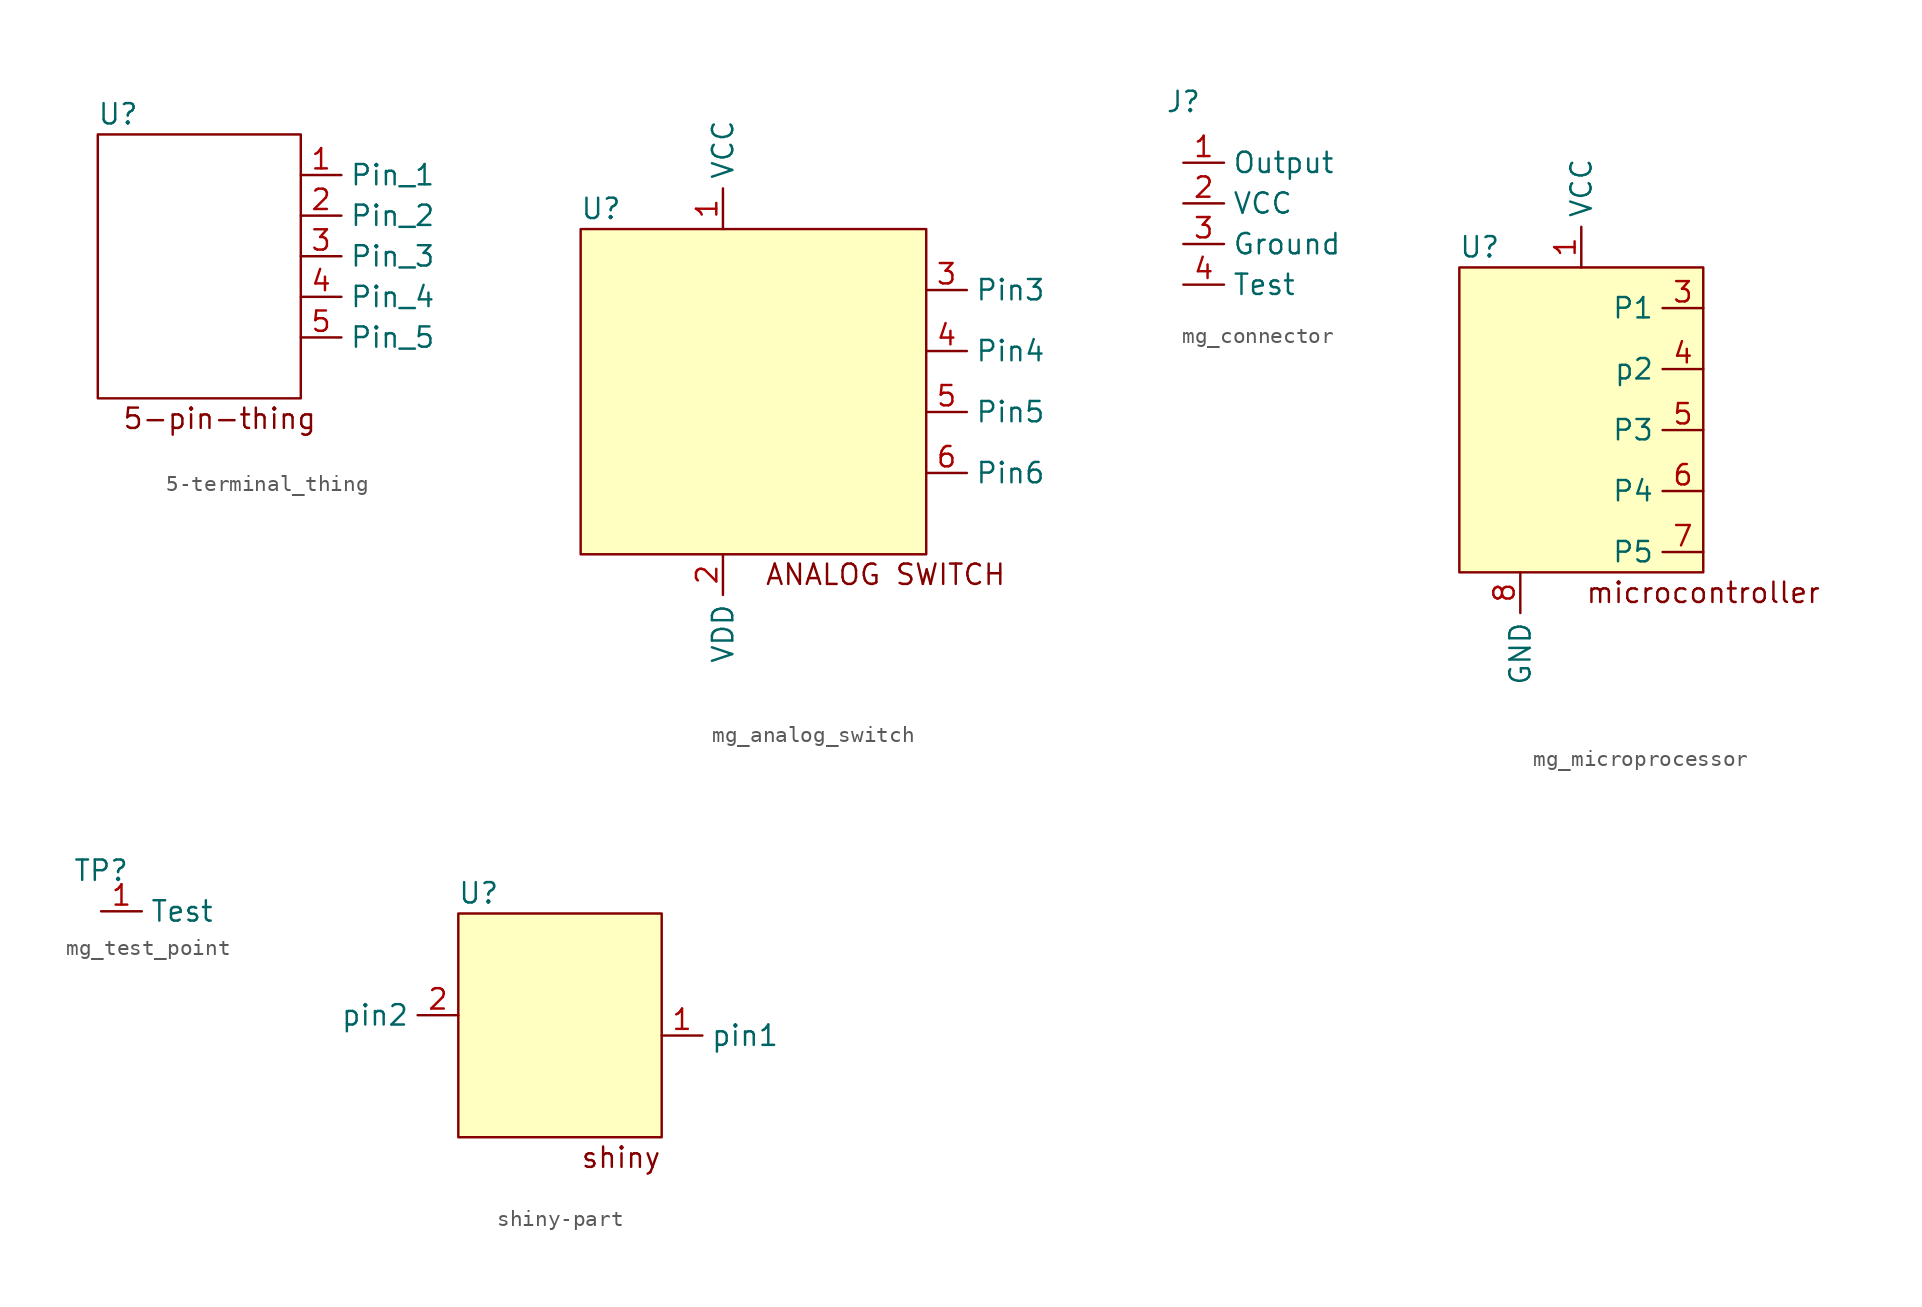
<source format=kicad_sym>
(kicad_symbol_lib
  (version 20220914)
  (generator kicad_symbol_editor)
  (symbol "5-terminal_thing"
    (property "Reference" "U"
      (at -11.43 2.54 0)
      (effects (font (size 1.27 1.27))))
    (property "Value" ""
      (at 0 0 0)
      (effects (font (size 1.27 1.27))))
    (symbol "5-terminal_thing_0_1"
      (rectangle (start 0 -15.24) (end -12.7 1.27) (stroke (width 0) (type default)) (fill (type none))))
    (symbol "5-terminal_thing_1_1"
      (text "5-pin-thing" (at -5.08 -16.51 0) (effects (font (size 1.27 1.27))))
      (pin unspecified line (at 0 -1.27 0) (length 2.54) (name "Pin_1" (effects (font (size 1.27 1.27)))) (number "1" (effects (font (size 1.27 1.27)))))
      (pin unspecified line (at 0 -3.81 0) (length 2.54) (name "Pin_2" (effects (font (size 1.27 1.27)))) (number "2" (effects (font (size 1.27 1.27)))))
      (pin unspecified line (at 0 -6.35 0) (length 2.54) (name "Pin_3" (effects (font (size 1.27 1.27)))) (number "3" (effects (font (size 1.27 1.27)))))
      (pin unspecified line (at 0 -8.89 0) (length 2.54) (name "Pin_4" (effects (font (size 1.27 1.27)))) (number "4" (effects (font (size 1.27 1.27)))))
      (pin unspecified line (at 0 -11.43 0) (length 2.54) (name "Pin_5" (effects (font (size 1.27 1.27)))) (number "5" (effects (font (size 1.27 1.27)))))))
  (symbol "mg_analog_switch"
    (property "Reference" "U"
      (at -10.16 11.43 0)
      (do_not_autoplace)
      (effects (font (size 1.27 1.27))))
    (property "Value" ""
      (at 0 1.27 0)
      (effects (font (size 1.27 1.27))))
    (symbol "mg_analog_switch_1_1"
      (rectangle (start -11.43 10.16) (end 10.16 -10.16) (stroke (width 0) (type default)) (fill (type background)))
      (text "ANALOG SWITCH" (at 7.62 -11.43 0) (effects (font (size 1.27 1.27))))
      (pin power_in line (at -2.54 10.16 90) (length 2.54) (name "VCC" (effects (font (size 1.27 1.27)))) (number "1" (effects (font (size 1.27 1.27)))))
      (pin power_in line (at -2.54 -10.16 270) (length 2.54) (name "VDD" (effects (font (size 1.27 1.27)))) (number "2" (effects (font (size 1.27 1.27)))))
      (pin unspecified line (at 10.16 6.35 0) (length 2.54) (name "Pin3" (effects (font (size 1.27 1.27)))) (number "3" (effects (font (size 1.27 1.27)))))
      (pin unspecified line (at 10.16 2.54 0) (length 2.54) (name "Pin4" (effects (font (size 1.27 1.27)))) (number "4" (effects (font (size 1.27 1.27)))))
      (pin unspecified line (at 10.16 -1.27 0) (length 2.54) (name "Pin5" (effects (font (size 1.27 1.27)))) (number "5" (effects (font (size 1.27 1.27)))))
      (pin unspecified line (at 10.16 -5.08 0) (length 2.54) (name "Pin6" (effects (font (size 1.27 1.27)))) (number "6" (effects (font (size 1.27 1.27)))))))
  (symbol "mg_connector"
    (property "Reference" "J"
      (at 0 0 0)
      (effects (font (size 1.27 1.27))))
    (property "Value" ""
      (at 0 0 0)
      (effects (font (size 1.27 1.27))))
    (symbol "mg_connector_1_1"
      (pin output line (at 0 -3.81 0) (length 2.54) (name "Output" (effects (font (size 1.27 1.27)))) (number "1" (effects (font (size 1.27 1.27)))))
      (pin power_in line (at 0 -6.35 0) (length 2.54) (name "VCC" (effects (font (size 1.27 1.27)))) (number "2" (effects (font (size 1.27 1.27)))))
      (pin power_in line (at 0 -8.89 0) (length 2.54) (name "Ground" (effects (font (size 1.27 1.27)))) (number "3" (effects (font (size 1.27 1.27)))))
      (pin input line (at 0 -11.43 0) (length 2.54) (name "Test" (effects (font (size 1.27 1.27)))) (number "4" (effects (font (size 1.27 1.27)))))))
  (symbol "mg_microprocessor"
    (property "Reference" "U"
      (at -6.35 10.16 0)
      (effects (font (size 1.27 1.27))))
    (property "Value" ""
      (at 0 17.78 0)
      (effects (font (size 1.27 1.27))))
    (symbol "mg_microprocessor_1_1"
      (rectangle (start -7.62 8.89) (end 7.62 -10.16) (stroke (width 0) (type default)) (fill (type background)))
      (text "microcontroller" (at 7.62 -11.43 0) (effects (font (size 1.27 1.27))))
      (pin power_in line (at 0 8.89 90) (length 2.54) (name "VCC" (effects (font (size 1.27 1.27)))) (number "1" (effects (font (size 1.27 1.27)))))
      (pin power_in line (at 7.62 6.35 180) (length 2.54) (name "P1" (effects (font (size 1.27 1.27)))) (number "3" (effects (font (size 1.27 1.27)))))
      (pin power_in line (at 7.62 2.54 180) (length 2.54) (name "p2" (effects (font (size 1.27 1.27)))) (number "4" (effects (font (size 1.27 1.27)))))
      (pin bidirectional line (at 7.62 -1.27 180) (length 2.54) (name "P3" (effects (font (size 1.27 1.27)))) (number "5" (effects (font (size 1.27 1.27)))))
      (pin bidirectional line (at 7.62 -5.08 180) (length 2.54) (name "P4" (effects (font (size 1.27 1.27)))) (number "6" (effects (font (size 1.27 1.27)))))
      (pin bidirectional line (at 7.62 -8.89 180) (length 2.54) (name "P5" (effects (font (size 1.27 1.27)))) (number "7" (effects (font (size 1.27 1.27)))))
      (pin power_in line (at -3.81 -10.16 270) (length 2.54) (name "GND" (effects (font (size 1.27 1.27)))) (number "8" (effects (font (size 1.27 1.27)))))))
  (symbol "mg_test_point"
    (property "Reference" "TP"
      (at 0 0 0)
      (effects (font (size 1.27 1.27))))
    (property "Value" ""
      (at 0 0 0)
      (effects (font (size 1.27 1.27))))
    (symbol "mg_test_point_1_1"
      (pin unspecified line (at 0 -2.54 0) (length 2.54) (name "Test" (effects (font (size 1.27 1.27)))) (number "1" (effects (font (size 1.27 1.27)))))))
  (symbol "shiny-part"
    (property "Reference" "U"
      (at -5.08 6.35 0)
      (effects (font (size 1.27 1.27))))
    (property "Value" ""
      (at 0 0 0)
      (effects (font (size 1.27 1.27))))
    (symbol "shiny-part_1_1"
      (rectangle (start -6.35 5.08) (end 6.35 -8.89) (stroke (width 0) (type default)) (fill (type background)))
      (text "shiny" (at 3.81 -10.16 0) (effects (font (size 1.27 1.27))))
      (pin unspecified line (at 6.35 -2.54 0) (length 2.54) (name "pin1" (effects (font (size 1.27 1.27)))) (number "1" (effects (font (size 1.27 1.27)))))
      (pin unspecified line (at -6.35 -1.27 180) (length 2.54) (name "pin2" (effects (font (size 1.27 1.27)))) (number "2" (effects (font (size 1.27 1.27))))))))
</source>
